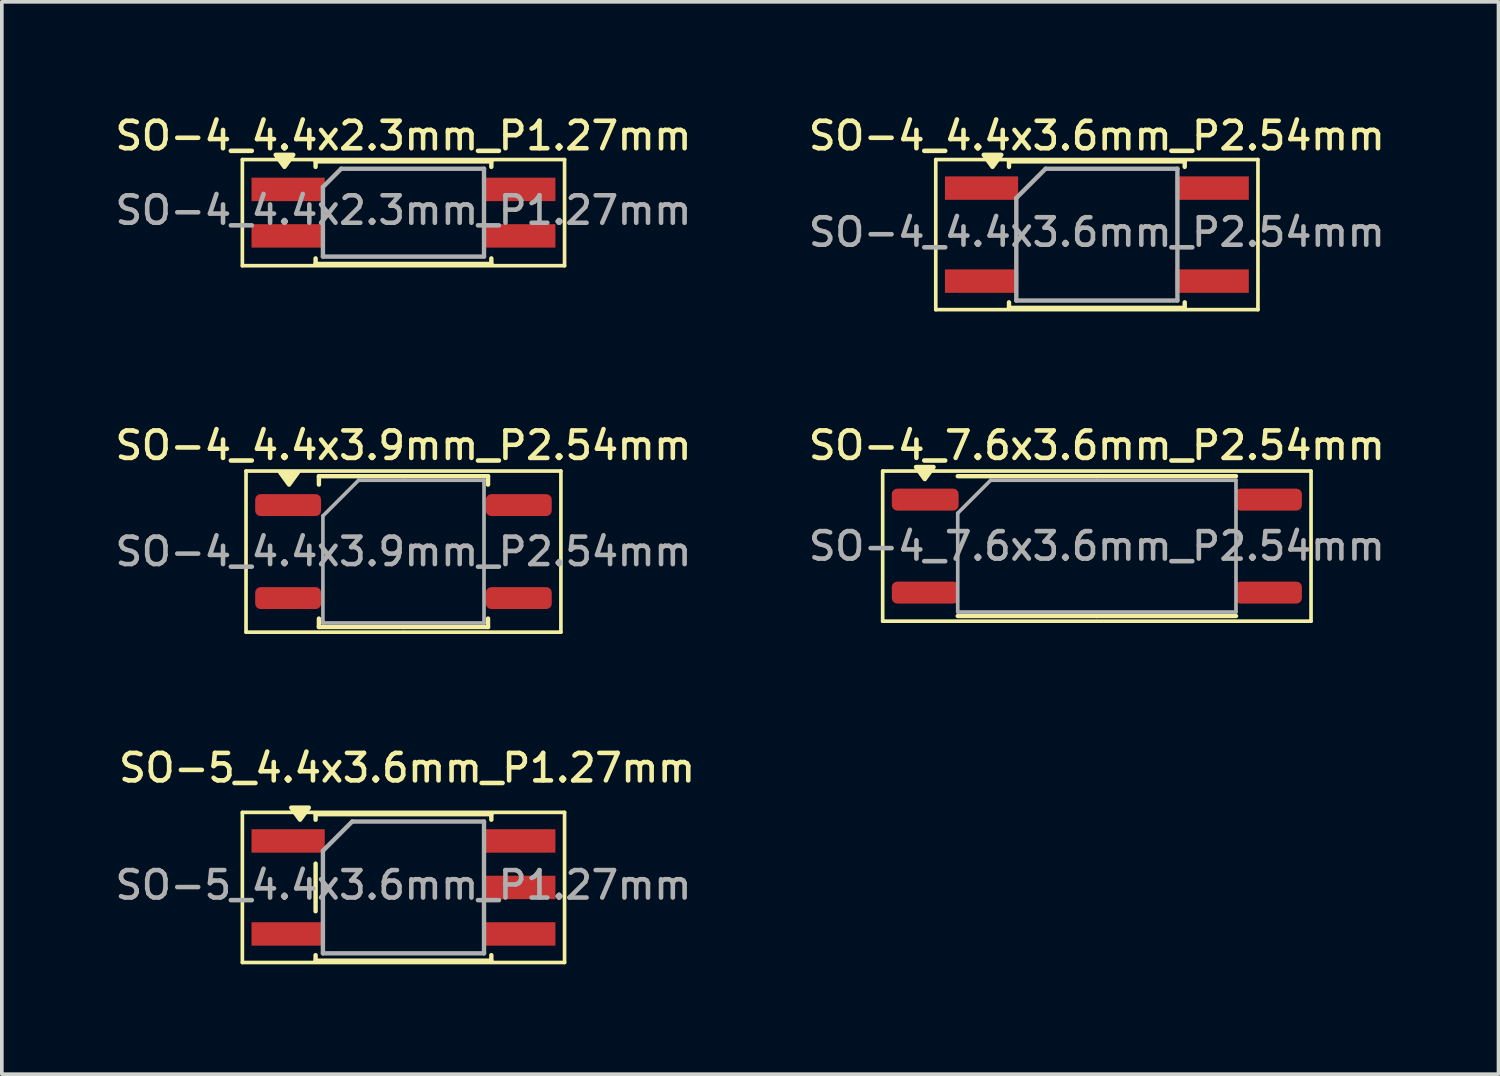
<source format=kicad_pcb>
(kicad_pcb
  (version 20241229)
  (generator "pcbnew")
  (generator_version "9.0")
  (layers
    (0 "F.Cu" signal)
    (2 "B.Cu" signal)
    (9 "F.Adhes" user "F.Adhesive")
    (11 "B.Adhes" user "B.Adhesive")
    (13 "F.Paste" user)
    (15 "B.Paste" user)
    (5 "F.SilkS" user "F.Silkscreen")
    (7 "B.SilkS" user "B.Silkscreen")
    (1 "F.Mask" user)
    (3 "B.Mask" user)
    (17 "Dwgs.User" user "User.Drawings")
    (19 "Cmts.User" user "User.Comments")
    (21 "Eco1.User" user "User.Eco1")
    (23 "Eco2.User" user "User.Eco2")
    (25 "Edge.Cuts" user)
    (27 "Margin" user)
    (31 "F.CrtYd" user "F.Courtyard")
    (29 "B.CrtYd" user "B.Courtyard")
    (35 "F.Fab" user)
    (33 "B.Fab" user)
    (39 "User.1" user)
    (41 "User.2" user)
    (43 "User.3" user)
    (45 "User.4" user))
  (footprint "SO-4_4.4x2.3mm_P1.27mm"
    (layer "F.Cu")
    (at 7.97 2.758)
    (property "Reference" "SO-4_4.4x2.3mm_P1.27mm" (at 0 -2.1 0) (layer "F.SilkS") (effects (font (size 0.75 0.75) (thickness 0.125))))
    (attr smd)
    (fp_line (start -4.4 -1.45) (end -4.4 1.45) (stroke (width 0.1) (type solid)) (layer "F.SilkS"))
    (fp_line (start -4.4 -1.45) (end 4.4 -1.45) (stroke (width 0.1) (type solid)) (layer "F.SilkS"))
    (fp_line (start -2.4 -1.4) (end 2.4 -1.4) (stroke (width 0.12) (type solid)) (layer "F.SilkS"))
    (fp_line (start -2.4 -1.25) (end -2.4 -1.4) (stroke (width 0.12) (type solid)) (layer "F.SilkS"))
    (fp_line (start -2.4 1.4) (end -2.4 1.25) (stroke (width 0.12) (type solid)) (layer "F.SilkS"))
    (fp_line (start 2.4 -1.4) (end 2.4 -1.25) (stroke (width 0.12) (type solid)) (layer "F.SilkS"))
    (fp_line (start 2.4 1.25) (end 2.4 1.4) (stroke (width 0.12) (type solid)) (layer "F.SilkS"))
    (fp_line (start 2.4 1.4) (end -2.4 1.4) (stroke (width 0.12) (type solid)) (layer "F.SilkS"))
    (fp_line (start 4.4 1.45) (end -4.4 1.45) (stroke (width 0.1) (type solid)) (layer "F.SilkS"))
    (fp_line (start 4.4 1.45) (end 4.4 -1.45) (stroke (width 0.1) (type solid)) (layer "F.SilkS"))
    (fp_poly (pts (xy -3.25 -1.25) (xy -3.49 -1.58) (xy -3.01 -1.58) (xy -3.25 -1.25)) (stroke (width 0.12) (type solid)) (fill yes) (layer "F.SilkS"))
    (fp_line (start -2.2 -0.7) (end -2.2 1.2) (stroke (width 0.12) (type solid)) (layer "F.Fab"))
    (fp_line (start -2.2 1.2) (end 2.2 1.2) (stroke (width 0.12) (type solid)) (layer "F.Fab"))
    (fp_line (start -1.7 -1.2) (end -2.2 -0.7) (stroke (width 0.12) (type solid)) (layer "F.Fab"))
    (fp_line (start 2.2 -1.2) (end -1.7 -1.2) (stroke (width 0.12) (type solid)) (layer "F.Fab"))
    (fp_line (start 2.2 1.2) (end 2.2 -1.2) (stroke (width 0.12) (type solid)) (layer "F.Fab"))
    (fp_text user "${REFERENCE}" (at 0 -0.065 0) (layer "F.Fab") (effects (font (size 0.75 0.75) (thickness 0.125))))
    (pad "1" smd rect (at -3.15 -0.635) (size 2 0.64) (layers "F.Cu" "F.Mask" "F.Paste"))
    (pad "2" smd rect (at -3.15 0.635) (size 2 0.64) (layers "F.Cu" "F.Mask" "F.Paste"))
    (pad "3" smd rect (at 3.15 0.635) (size 2 0.64) (layers "F.Cu" "F.Mask" "F.Paste"))
    (pad "4" smd rect (at 3.15 -0.635) (size 2 0.64) (layers "F.Cu" "F.Mask" "F.Paste")))
  (footprint "SO-4_4.4x3.6mm_P2.54mm"
    (layer "F.Cu")
    (at 26.909 3.358)
    (property "Reference" "SO-4_4.4x3.6mm_P2.54mm" (at 0 -2.7 0) (layer "F.SilkS") (effects (font (size 0.75 0.75) (thickness 0.125))))
    (attr smd)
    (fp_line (start -4.4 -2.05) (end -4.4 2.05) (stroke (width 0.1) (type solid)) (layer "F.SilkS"))
    (fp_line (start -4.4 -2.05) (end 4.4 -2.05) (stroke (width 0.1) (type solid)) (layer "F.SilkS"))
    (fp_line (start -2.4 -2) (end 2.4 -2) (stroke (width 0.12) (type solid)) (layer "F.SilkS"))
    (fp_line (start -2.4 -1.85) (end -2.4 -2) (stroke (width 0.12) (type solid)) (layer "F.SilkS"))
    (fp_line (start -2.4 2) (end -2.4 1.85) (stroke (width 0.12) (type solid)) (layer "F.SilkS"))
    (fp_line (start 2.4 -2) (end 2.4 -1.85) (stroke (width 0.12) (type solid)) (layer "F.SilkS"))
    (fp_line (start 2.4 1.85) (end 2.4 2) (stroke (width 0.12) (type solid)) (layer "F.SilkS"))
    (fp_line (start 2.4 2) (end -2.4 2) (stroke (width 0.12) (type solid)) (layer "F.SilkS"))
    (fp_line (start 4.4 2.05) (end -4.4 2.05) (stroke (width 0.1) (type solid)) (layer "F.SilkS"))
    (fp_line (start 4.4 2.05) (end 4.4 -2.05) (stroke (width 0.1) (type solid)) (layer "F.SilkS"))
    (fp_poly (pts (xy -2.85 -1.85) (xy -3.09 -2.18) (xy -2.61 -2.18) (xy -2.85 -1.85)) (stroke (width 0.12) (type solid)) (fill yes) (layer "F.SilkS"))
    (fp_line (start -2.2 -1) (end -1.4 -1.8) (stroke (width 0.12) (type solid)) (layer "F.Fab"))
    (fp_line (start -2.2 1.8) (end -2.2 -1) (stroke (width 0.12) (type solid)) (layer "F.Fab"))
    (fp_line (start -1.4 -1.8) (end 2.2 -1.8) (stroke (width 0.12) (type solid)) (layer "F.Fab"))
    (fp_line (start 2.2 -1.8) (end 2.2 1.8) (stroke (width 0.12) (type solid)) (layer "F.Fab"))
    (fp_line (start 2.2 1.8) (end -2.2 1.8) (stroke (width 0.12) (type solid)) (layer "F.Fab"))
    (fp_text user "${REFERENCE}" (at 0 -0.065 0) (layer "F.Fab") (effects (font (size 0.75 0.75) (thickness 0.125))))
    (pad "1" smd rect (at -3.15 -1.27) (size 2 0.64) (layers "F.Cu" "F.Mask" "F.Paste"))
    (pad "2" smd rect (at -3.15 1.27) (size 2 0.64) (layers "F.Cu" "F.Mask" "F.Paste"))
    (pad "3" smd rect (at 3.15 1.27) (size 2 0.64) (layers "F.Cu" "F.Mask" "F.Paste"))
    (pad "4" smd rect (at 3.15 -1.27) (size 2 0.64) (layers "F.Cu" "F.Mask" "F.Paste")))
  (footprint "SO-4_7.6x3.6mm_P2.54mm"
    (layer "F.Cu")
    (at 26.909 11.866)
    (property "Reference" "SO-4_7.6x3.6mm_P2.54mm" (at 0 -2.75 0) (layer "F.SilkS") (effects (font (size 0.75 0.75) (thickness 0.125))))
    (attr smd)
    (fp_line (start -5.85 -2.05) (end -5.85 2.05) (stroke (width 0.1) (type solid)) (layer "F.SilkS"))
    (fp_line (start -5.85 2.05) (end 5.85 2.05) (stroke (width 0.1) (type solid)) (layer "F.SilkS"))
    (fp_line (start 0 -1.91) (end -3.8 -1.91) (stroke (width 0.12) (type solid)) (layer "F.SilkS"))
    (fp_line (start 0 -1.91) (end 3.8 -1.91) (stroke (width 0.12) (type solid)) (layer "F.SilkS"))
    (fp_line (start 0 1.91) (end -3.8 1.91) (stroke (width 0.12) (type solid)) (layer "F.SilkS"))
    (fp_line (start 0 1.91) (end 3.8 1.91) (stroke (width 0.12) (type solid)) (layer "F.SilkS"))
    (fp_line (start 5.85 -2.05) (end -5.85 -2.05) (stroke (width 0.1) (type solid)) (layer "F.SilkS"))
    (fp_line (start 5.85 2.05) (end 5.85 -2.05) (stroke (width 0.1) (type solid)) (layer "F.SilkS"))
    (fp_poly (pts (xy -4.7 -1.83) (xy -4.94 -2.16) (xy -4.46 -2.16) (xy -4.7 -1.83)) (stroke (width 0.12) (type solid)) (fill yes) (layer "F.SilkS"))
    (fp_line (start -3.8 -0.9) (end -2.9 -1.8) (stroke (width 0.1) (type solid)) (layer "F.Fab"))
    (fp_line (start -3.8 1.8) (end -3.8 -0.9) (stroke (width 0.1) (type solid)) (layer "F.Fab"))
    (fp_line (start -2.9 -1.8) (end 3.8 -1.8) (stroke (width 0.1) (type solid)) (layer "F.Fab"))
    (fp_line (start 3.8 -1.8) (end 3.8 1.8) (stroke (width 0.1) (type solid)) (layer "F.Fab"))
    (fp_line (start 3.8 1.8) (end -3.8 1.8) (stroke (width 0.1) (type solid)) (layer "F.Fab"))
    (fp_text user "${REFERENCE}" (at 0 0 0) (layer "F.Fab") (effects (font (size 0.75 0.75) (thickness 0.125))))
    (pad "1" smd roundrect (at -4.688 -1.27) (size 1.825 0.6) (layers "F.Cu" "F.Mask" "F.Paste") (roundrect_rratio 0.25))
    (pad "2" smd roundrect (at -4.688 1.27) (size 1.825 0.6) (layers "F.Cu" "F.Mask" "F.Paste") (roundrect_rratio 0.25))
    (pad "3" smd roundrect (at 4.688 1.27) (size 1.825 0.6) (layers "F.Cu" "F.Mask" "F.Paste") (roundrect_rratio 0.25))
    (pad "4" smd roundrect (at 4.688 -1.27) (size 1.825 0.6) (layers "F.Cu" "F.Mask" "F.Paste") (roundrect_rratio 0.25)))
  (footprint "SO-5_4.4x3.6mm_P1.27mm"
    (layer "F.Cu")
    (at 7.97 21.189)
    (property "Reference" "SO-5_4.4x3.6mm_P1.27mm" (at 0.1 -3.265 0) (layer "F.SilkS") (effects (font (size 0.75 0.75) (thickness 0.125))))
    (attr smd)
    (fp_line (start -4.4 -2.05) (end -4.4 2.05) (stroke (width 0.1) (type solid)) (layer "F.SilkS"))
    (fp_line (start -4.4 -2.05) (end 4.4 -2.05) (stroke (width 0.1) (type solid)) (layer "F.SilkS"))
    (fp_line (start -2.4 -2) (end 2.4 -2) (stroke (width 0.12) (type solid)) (layer "F.SilkS"))
    (fp_line (start -2.4 -1.85) (end -2.4 -2) (stroke (width 0.12) (type solid)) (layer "F.SilkS"))
    (fp_line (start -2.4 0.65) (end -2.4 -0.65) (stroke (width 0.12) (type solid)) (layer "F.SilkS"))
    (fp_line (start -2.4 2) (end -2.4 1.85) (stroke (width 0.12) (type solid)) (layer "F.SilkS"))
    (fp_line (start 2.4 -2) (end 2.4 -1.85) (stroke (width 0.12) (type solid)) (layer "F.SilkS"))
    (fp_line (start 2.4 1.85) (end 2.4 2) (stroke (width 0.12) (type solid)) (layer "F.SilkS"))
    (fp_line (start 2.4 2) (end -2.4 2) (stroke (width 0.12) (type solid)) (layer "F.SilkS"))
    (fp_line (start 4.4 2.05) (end -4.4 2.05) (stroke (width 0.1) (type solid)) (layer "F.SilkS"))
    (fp_line (start 4.4 2.05) (end 4.4 -2.05) (stroke (width 0.1) (type solid)) (layer "F.SilkS"))
    (fp_poly (pts (xy -2.825 -1.85) (xy -3.065 -2.18) (xy -2.585 -2.18) (xy -2.825 -1.85)) (stroke (width 0.12) (type solid)) (fill yes) (layer "F.SilkS"))
    (fp_line (start -2.2 -1) (end -1.4 -1.8) (stroke (width 0.12) (type solid)) (layer "F.Fab"))
    (fp_line (start -2.2 1.8) (end -2.2 -1) (stroke (width 0.12) (type solid)) (layer "F.Fab"))
    (fp_line (start -1.4 -1.8) (end 2.2 -1.8) (stroke (width 0.12) (type solid)) (layer "F.Fab"))
    (fp_line (start 2.2 -1.8) (end 2.2 1.8) (stroke (width 0.12) (type solid)) (layer "F.Fab"))
    (fp_line (start 2.2 1.8) (end -2.2 1.8) (stroke (width 0.12) (type solid)) (layer "F.Fab"))
    (fp_text user "${REFERENCE}" (at 0 -0.065 0) (layer "F.Fab") (effects (font (size 0.75 0.75) (thickness 0.125))))
    (pad "1" smd rect (at -3.15 -1.27) (size 2 0.64) (layers "F.Cu" "F.Mask" "F.Paste"))
    (pad "3" smd rect (at -3.15 1.27) (size 2 0.64) (layers "F.Cu" "F.Mask" "F.Paste"))
    (pad "4" smd rect (at 3.15 1.27) (size 2 0.64) (layers "F.Cu" "F.Mask" "F.Paste"))
    (pad "5" smd rect (at 3.15 0) (size 2 0.64) (layers "F.Cu" "F.Mask" "F.Paste"))
    (pad "6" smd rect (at 3.15 -1.27) (size 2 0.64) (layers "F.Cu" "F.Mask" "F.Paste")))
  (footprint "SO-4_4.4x3.9mm_P2.54mm"
    (layer "F.Cu")
    (at 7.97 12.016)
    (property "Reference" "SO-4_4.4x3.9mm_P2.54mm" (at 0 -2.9 0) (layer "F.SilkS") (effects (font (size 0.75 0.75) (thickness 0.125))))
    (attr smd)
    (fp_line (start -4.3 -2.2) (end -4.3 2.2) (stroke (width 0.1) (type solid)) (layer "F.SilkS"))
    (fp_line (start -4.3 2.2) (end 4.3 2.2) (stroke (width 0.1) (type solid)) (layer "F.SilkS"))
    (fp_line (start -2.31 -2.06) (end -2.31 -1.83) (stroke (width 0.12) (type solid)) (layer "F.SilkS"))
    (fp_line (start -2.31 2.06) (end -2.31 1.83) (stroke (width 0.12) (type solid)) (layer "F.SilkS"))
    (fp_line (start 0 -2.06) (end -2.31 -2.06) (stroke (width 0.12) (type solid)) (layer "F.SilkS"))
    (fp_line (start 0 -2.06) (end 2.31 -2.06) (stroke (width 0.12) (type solid)) (layer "F.SilkS"))
    (fp_line (start 0 2.06) (end -2.31 2.06) (stroke (width 0.12) (type solid)) (layer "F.SilkS"))
    (fp_line (start 0 2.06) (end 2.31 2.06) (stroke (width 0.12) (type solid)) (layer "F.SilkS"))
    (fp_line (start 2.31 -2.06) (end 2.31 -1.83) (stroke (width 0.12) (type solid)) (layer "F.SilkS"))
    (fp_line (start 2.31 2.06) (end 2.31 1.83) (stroke (width 0.12) (type solid)) (layer "F.SilkS"))
    (fp_line (start 4.3 -2.2) (end -4.3 -2.2) (stroke (width 0.1) (type solid)) (layer "F.SilkS"))
    (fp_line (start 4.3 2.2) (end 4.3 -2.2) (stroke (width 0.1) (type solid)) (layer "F.SilkS"))
    (fp_poly (pts (xy -3.125 -1.83) (xy -3.365 -2.16) (xy -2.885 -2.16) (xy -3.125 -1.83)) (stroke (width 0.12) (type solid)) (fill yes) (layer "F.SilkS"))
    (fp_line (start -2.2 -0.975) (end -1.225 -1.95) (stroke (width 0.1) (type solid)) (layer "F.Fab"))
    (fp_line (start -2.2 1.95) (end -2.2 -0.975) (stroke (width 0.1) (type solid)) (layer "F.Fab"))
    (fp_line (start -1.225 -1.95) (end 2.2 -1.95) (stroke (width 0.1) (type solid)) (layer "F.Fab"))
    (fp_line (start 2.2 -1.95) (end 2.2 1.95) (stroke (width 0.1) (type solid)) (layer "F.Fab"))
    (fp_line (start 2.2 1.95) (end -2.2 1.95) (stroke (width 0.1) (type solid)) (layer "F.Fab"))
    (fp_text user "${REFERENCE}" (at 0 0 0) (layer "F.Fab") (effects (font (size 0.75 0.75) (thickness 0.125))))
    (pad "1" smd roundrect (at -3.15 -1.27) (size 1.8 0.6) (layers "F.Cu" "F.Mask" "F.Paste") (roundrect_rratio 0.25))
    (pad "2" smd roundrect (at -3.15 1.27) (size 1.8 0.6) (layers "F.Cu" "F.Mask" "F.Paste") (roundrect_rratio 0.25))
    (pad "3" smd roundrect (at 3.15 1.27) (size 1.8 0.6) (layers "F.Cu" "F.Mask" "F.Paste") (roundrect_rratio 0.25))
    (pad "4" smd roundrect (at 3.15 -1.27) (size 1.8 0.6) (layers "F.Cu" "F.Mask" "F.Paste") (roundrect_rratio 0.25)))
  (gr_rect
    (start -3 -3)
    (end 37.879 26.289)
    (stroke (width 0.1) (type default))
    (fill no)
    (layer "Edge.Cuts")))
</source>
